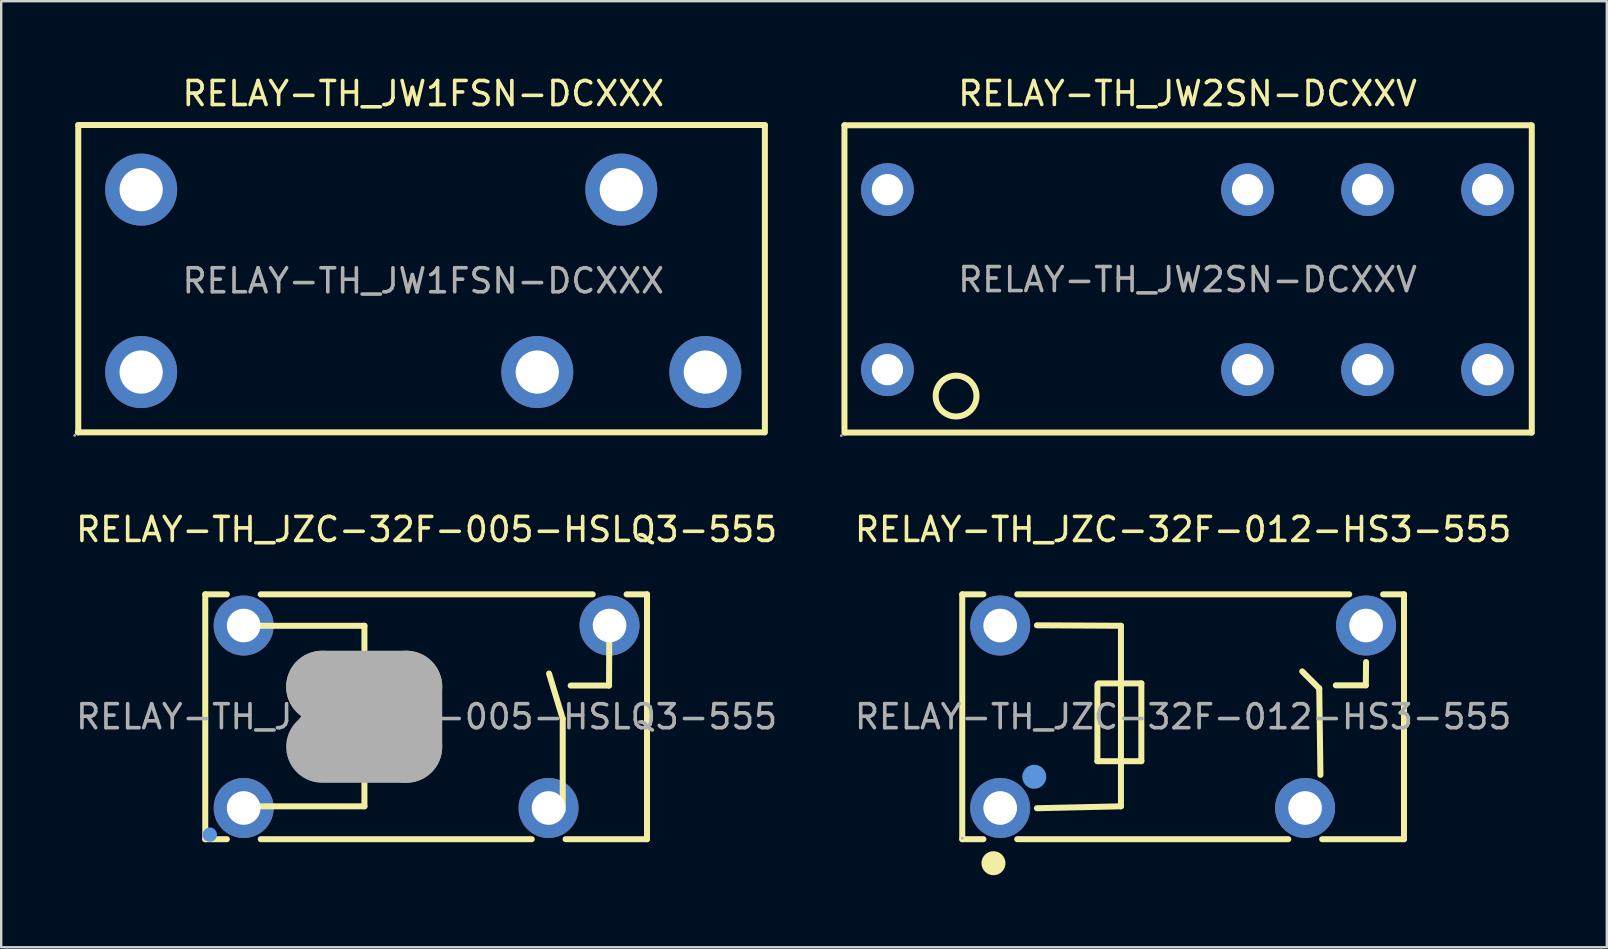
<source format=kicad_pcb>
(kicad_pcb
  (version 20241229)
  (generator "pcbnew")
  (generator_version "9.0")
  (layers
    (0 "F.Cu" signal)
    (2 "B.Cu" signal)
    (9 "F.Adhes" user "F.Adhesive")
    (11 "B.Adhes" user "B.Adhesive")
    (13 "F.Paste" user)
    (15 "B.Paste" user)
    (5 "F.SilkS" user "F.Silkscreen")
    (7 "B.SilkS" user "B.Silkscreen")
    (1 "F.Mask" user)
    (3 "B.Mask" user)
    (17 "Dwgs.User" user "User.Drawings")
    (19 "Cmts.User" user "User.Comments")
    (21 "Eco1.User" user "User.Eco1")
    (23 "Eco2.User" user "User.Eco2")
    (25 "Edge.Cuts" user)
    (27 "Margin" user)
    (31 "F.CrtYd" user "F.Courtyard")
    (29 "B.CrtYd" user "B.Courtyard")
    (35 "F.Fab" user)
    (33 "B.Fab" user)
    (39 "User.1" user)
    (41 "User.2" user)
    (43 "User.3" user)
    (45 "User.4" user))
  (footprint "RELAY-TH_JZC-32F-012-HS3-555"
    (layer "F.Cu")
    (at 46.232 26.806)
    (property "Reference" "RELAY-TH_JZC-32F-012-HS3-555" (at 0 -7.8 0) (layer "F.SilkS") (effects (font (size 1 1) (thickness 0.15))))
    (attr through_hole)
    (fp_line (start -9.2 -5.1) (end -9.2 5.1) (stroke (width 0.25) (type solid)) (layer "F.SilkS"))
    (fp_line (start -9.2 5.1) (end -8.32 5.1) (stroke (width 0.25) (type solid)) (layer "F.SilkS"))
    (fp_line (start -8.32 -5.1) (end -9.2 -5.1) (stroke (width 0.25) (type solid)) (layer "F.SilkS"))
    (fp_line (start -6.91 5.1) (end 4.38 5.1) (stroke (width 0.25) (type solid)) (layer "F.SilkS"))
    (fp_line (start -6.09 -3.81) (end -2.59 -3.79) (stroke (width 0.25) (type solid)) (layer "F.SilkS"))
    (fp_line (start -3.57 1.85) (end -3.57 -1.35) (stroke (width 0.25) (type solid)) (layer "F.SilkS"))
    (fp_line (start -3.53 -1.39) (end -1.74 -1.39) (stroke (width 0.25) (type solid)) (layer "F.SilkS"))
    (fp_line (start -2.59 -3.79) (end -2.59 3.73) (stroke (width 0.25) (type solid)) (layer "F.SilkS"))
    (fp_line (start -2.59 3.73) (end -6.09 3.81) (stroke (width 0.25) (type solid)) (layer "F.SilkS"))
    (fp_line (start -1.74 -1.39) (end -1.74 1.85) (stroke (width 0.25) (type solid)) (layer "F.SilkS"))
    (fp_line (start -1.74 1.85) (end -3.57 1.85) (stroke (width 0.25) (type solid)) (layer "F.SilkS"))
    (fp_line (start 5.67 -1.18) (end 4.96 -1.89) (stroke (width 0.25) (type solid)) (layer "F.SilkS"))
    (fp_line (start 5.72 2.42) (end 5.67 -1.18) (stroke (width 0.25) (type solid)) (layer "F.SilkS"))
    (fp_line (start 5.79 5.1) (end 9.2 5.1) (stroke (width 0.25) (type solid)) (layer "F.SilkS"))
    (fp_line (start 6.92 -5.1) (end -6.91 -5.1) (stroke (width 0.25) (type solid)) (layer "F.SilkS"))
    (fp_line (start 7.61 -1.31) (end 6.36 -1.31) (stroke (width 0.25) (type solid)) (layer "F.SilkS"))
    (fp_line (start 7.62 -2.28) (end 7.61 -1.31) (stroke (width 0.25) (type solid)) (layer "F.SilkS"))
    (fp_line (start 9.2 -5.1) (end 8.33 -5.1) (stroke (width 0.25) (type solid)) (layer "F.SilkS"))
    (fp_line (start 9.2 5.1) (end 9.2 -5.1) (stroke (width 0.25) (type solid)) (layer "F.SilkS"))
    (fp_circle (center -7.9 6.1) (end -7.65 6.1) (stroke (width 0.5) (type solid)) (fill no) (layer "F.SilkS"))
    (fp_circle (center -6.2 2.5) (end -5.95 2.5) (stroke (width 0.5) (type solid)) (fill no) (layer "Cmts.User"))
    (fp_circle (center -9.2 5.06) (end -9.17 5.06) (stroke (width 0.06) (type solid)) (fill no) (layer "F.Fab"))
    (fp_text user "${REFERENCE}" (at 0 0 0) (layer "F.Fab") (effects (font (size 1 1) (thickness 0.15))))
    (pad "1" thru_hole circle (at -7.62 3.8) (size 2.5 2.5) (drill 1.4) (layers "*.Cu" "*.Paste" "*.Mask"))
    (pad "2" thru_hole circle (at -7.62 -3.8) (size 2.5 2.5) (drill 1.4) (layers "*.Cu" "*.Paste" "*.Mask"))
    (pad "3" thru_hole circle (at 7.62 -3.8) (size 2.5 2.5) (drill 1.4) (layers "*.Cu" "*.Paste" "*.Mask"))
    (pad "4" thru_hole circle (at 5.08 3.8) (size 2.5 2.5) (drill 1.4) (layers "*.Cu" "*.Paste" "*.Mask")))
  (footprint "RELAY-TH_JW1FSN-DCXXX"
    (layer "F.Cu")
    (at 14.58 8.648)
    (property "Reference" "RELAY-TH_JW1FSN-DCXXX" (at 0 -7.8 0) (layer "F.SilkS") (effects (font (size 1 1) (thickness 0.15))))
    (attr through_hole)
    (fp_line (start -14.37 -6.49) (end -14.37 6.31) (stroke (width 0.25) (type solid)) (layer "F.SilkS"))
    (fp_line (start -14.37 -6.49) (end 14.23 -6.49) (stroke (width 0.25) (type solid)) (layer "F.SilkS"))
    (fp_line (start 14.21 6.31) (end -14.39 6.31) (stroke (width 0.25) (type solid)) (layer "F.SilkS"))
    (fp_line (start 14.23 6.31) (end 14.23 -6.48) (stroke (width 0.25) (type solid)) (layer "F.SilkS"))
    (fp_circle (center -14.52 6.44) (end -14.49 6.44) (stroke (width 0.06) (type solid)) (fill no) (layer "F.Fab"))
    (fp_circle (center -11.75 -3.8) (end -11.35 -3.8) (stroke (width 0.8) (type solid)) (fill no) (layer "F.Fab"))
    (fp_circle (center -11.75 3.8) (end -11.35 3.8) (stroke (width 0.8) (type solid)) (fill no) (layer "F.Fab"))
    (fp_circle (center 4.75 3.8) (end 5.15 3.8) (stroke (width 0.8) (type solid)) (fill no) (layer "F.Fab"))
    (fp_circle (center 8.25 -3.8) (end 8.65 -3.8) (stroke (width 0.8) (type solid)) (fill no) (layer "F.Fab"))
    (fp_circle (center 11.75 3.8) (end 12.15 3.8) (stroke (width 0.8) (type solid)) (fill no) (layer "F.Fab"))
    (fp_text user "${REFERENCE}" (at 0 0 0) (layer "F.Fab") (effects (font (size 1 1) (thickness 0.15))))
    (pad "1" thru_hole circle (at -11.75 3.8) (size 3 3) (drill 1.8) (layers "*.Cu" "*.Paste" "*.Mask"))
    (pad "2" thru_hole circle (at 4.75 3.8) (size 3 3) (drill 1.8) (layers "*.Cu" "*.Paste" "*.Mask"))
    (pad "4" thru_hole circle (at 11.75 3.8) (size 3 3) (drill 1.8) (layers "*.Cu" "*.Paste" "*.Mask"))
    (pad "6" thru_hole circle (at 8.25 -3.8) (size 3 3) (drill 1.8) (layers "*.Cu" "*.Paste" "*.Mask"))
    (pad "8" thru_hole circle (at -11.75 -3.8) (size 3 3) (drill 1.8) (layers "*.Cu" "*.Paste" "*.Mask")))
  (footprint "RELAY-TH_JW2SN-DCXXV"
    (layer "F.Cu")
    (at 46.415 8.598)
    (property "Reference" "RELAY-TH_JW2SN-DCXXV" (at 0 -7.75 0) (layer "F.SilkS") (effects (font (size 1 1) (thickness 0.15))))
    (attr through_hole)
    (fp_line (start -14.29 6.37) (end -14.29 -6.43) (stroke (width 0.25) (type solid)) (layer "F.SilkS"))
    (fp_line (start -14.27 6.37) (end 14.33 6.37) (stroke (width 0.25) (type solid)) (layer "F.SilkS"))
    (fp_line (start 14.31 -6.43) (end -14.29 -6.43) (stroke (width 0.25) (type solid)) (layer "F.SilkS"))
    (fp_line (start 14.34 -6.43) (end 14.34 6.37) (stroke (width 0.25) (type solid)) (layer "F.SilkS"))
    (fp_circle (center -9.64 4.85) (end -8.79 4.85) (stroke (width 0.25) (type solid)) (fill no) (layer "F.SilkS"))
    (fp_circle (center -14.42 6.5) (end -14.39 6.5) (stroke (width 0.06) (type solid)) (fill no) (layer "F.Fab"))
    (fp_circle (center -12.5 -3.75) (end -12.22 -3.75) (stroke (width 0.55) (type solid)) (fill no) (layer "F.Fab"))
    (fp_circle (center -12.5 3.75) (end -12.22 3.75) (stroke (width 0.55) (type solid)) (fill no) (layer "F.Fab"))
    (fp_circle (center 2.5 -3.75) (end 2.78 -3.75) (stroke (width 0.55) (type solid)) (fill no) (layer "F.Fab"))
    (fp_circle (center 2.5 3.75) (end 2.78 3.75) (stroke (width 0.55) (type solid)) (fill no) (layer "F.Fab"))
    (fp_circle (center 7.5 -3.75) (end 7.78 -3.75) (stroke (width 0.55) (type solid)) (fill no) (layer "F.Fab"))
    (fp_circle (center 7.5 3.75) (end 7.78 3.75) (stroke (width 0.55) (type solid)) (fill no) (layer "F.Fab"))
    (fp_circle (center 12.5 -3.75) (end 12.78 -3.75) (stroke (width 0.55) (type solid)) (fill no) (layer "F.Fab"))
    (fp_circle (center 12.5 3.75) (end 12.78 3.75) (stroke (width 0.55) (type solid)) (fill no) (layer "F.Fab"))
    (fp_text user "${REFERENCE}" (at 0 0 0) (layer "F.Fab") (effects (font (size 1 1) (thickness 0.15))))
    (pad "1" thru_hole circle (at -12.5 3.75) (size 2.2 2.2) (drill 1.3) (layers "*.Cu" "*.Paste" "*.Mask"))
    (pad "2" thru_hole circle (at 2.5 3.75) (size 2.2 2.2) (drill 1.3) (layers "*.Cu" "*.Paste" "*.Mask"))
    (pad "3" thru_hole circle (at 7.5 3.75) (size 2.2 2.2) (drill 1.3) (layers "*.Cu" "*.Paste" "*.Mask"))
    (pad "4" thru_hole circle (at 12.5 3.75) (size 2.2 2.2) (drill 1.3) (layers "*.Cu" "*.Paste" "*.Mask"))
    (pad "5" thru_hole circle (at 12.5 -3.75) (size 2.2 2.2) (drill 1.3) (layers "*.Cu" "*.Paste" "*.Mask"))
    (pad "6" thru_hole circle (at 7.5 -3.75) (size 2.2 2.2) (drill 1.3) (layers "*.Cu" "*.Paste" "*.Mask"))
    (pad "7" thru_hole circle (at 2.5 -3.75) (size 2.2 2.2) (drill 1.3) (layers "*.Cu" "*.Paste" "*.Mask"))
    (pad "8" thru_hole circle (at -12.5 -3.75) (size 2.2 2.2) (drill 1.3) (layers "*.Cu" "*.Paste" "*.Mask")))
  (footprint "RELAY-TH_JZC-32F-005-HSLQ3-555"
    (layer "F.Cu")
    (at 14.72 26.806)
    (property "Reference" "RELAY-TH_JZC-32F-005-HSLQ3-555" (at 0 -7.8 0) (layer "F.SilkS") (effects (font (size 1 1) (thickness 0.15))))
    (attr through_hole)
    (fp_line (start -9.22 -5.1) (end -8.32 -5.1) (stroke (width 0.25) (type solid)) (layer "F.SilkS"))
    (fp_line (start -9.22 5.1) (end -9.22 -5.1) (stroke (width 0.25) (type solid)) (layer "F.SilkS"))
    (fp_line (start -8.32 5.1) (end -9.22 5.1) (stroke (width 0.25) (type solid)) (layer "F.SilkS"))
    (fp_line (start -7.85 3.73) (end -7.85 3.83) (stroke (width 0.25) (type solid)) (layer "F.SilkS"))
    (fp_line (start -7.71 -3.79) (end -2.59 -3.79) (stroke (width 0.25) (type solid)) (layer "F.SilkS"))
    (fp_line (start -6.91 -5.1) (end 6.92 -5.1) (stroke (width 0.25) (type solid)) (layer "F.SilkS"))
    (fp_line (start -2.59 -3.79) (end -2.59 3.73) (stroke (width 0.25) (type solid)) (layer "F.SilkS"))
    (fp_line (start -2.59 3.73) (end -7.85 3.73) (stroke (width 0.25) (type solid)) (layer "F.SilkS"))
    (fp_line (start 4.38 5.1) (end -6.91 5.1) (stroke (width 0.25) (type solid)) (layer "F.SilkS"))
    (fp_line (start 5.67 0.08) (end 5.1 -1.8) (stroke (width 0.25) (type solid)) (layer "F.SilkS"))
    (fp_line (start 5.67 3.9) (end 5.67 0.08) (stroke (width 0.25) (type solid)) (layer "F.SilkS"))
    (fp_line (start 7.6 -1.3) (end 6 -1.3) (stroke (width 0.25) (type solid)) (layer "F.SilkS"))
    (fp_line (start 7.61 -3.82) (end 7.6 -1.3) (stroke (width 0.25) (type solid)) (layer "F.SilkS"))
    (fp_line (start 8.33 -5.1) (end 9.18 -5.1) (stroke (width 0.25) (type solid)) (layer "F.SilkS"))
    (fp_line (start 9.18 -5.1) (end 9.18 5.1) (stroke (width 0.25) (type solid)) (layer "F.SilkS"))
    (fp_line (start 9.18 5.1) (end 5.79 5.1) (stroke (width 0.25) (type solid)) (layer "F.SilkS"))
    (fp_circle (center -9.03 4.91) (end -8.88 4.91) (stroke (width 0.3) (type solid)) (fill no) (layer "Cmts.User"))
    (fp_line (start -4.35 -1.25) (end -4.35 -1.25) (stroke (width 3) (type solid)) (layer "F.Fab"))
    (fp_line (start -4.35 -1.25) (end -0.85 -1.25) (stroke (width 3) (type solid)) (layer "F.Fab"))
    (fp_line (start -0.85 -1.25) (end -0.85 1.25) (stroke (width 3) (type solid)) (layer "F.Fab"))
    (fp_line (start -0.85 1.25) (end -4.35 1.25) (stroke (width 3) (type solid)) (layer "F.Fab"))
    (fp_circle (center -9.22 5.1) (end -9.19 5.1) (stroke (width 0.06) (type solid)) (fill no) (layer "F.Fab"))
    (fp_text user "${REFERENCE}" (at 0 0 0) (layer "F.Fab") (effects (font (size 1 1) (thickness 0.15))))
    (pad "1" thru_hole circle (at -7.62 3.8) (size 2.5 2.5) (drill 1.4) (layers "*.Cu" "*.Paste" "*.Mask"))
    (pad "2" thru_hole circle (at -7.62 -3.8) (size 2.5 2.5) (drill 1.4) (layers "*.Cu" "*.Paste" "*.Mask"))
    (pad "3" thru_hole circle (at 7.62 -3.8) (size 2.5 2.5) (drill 1.4) (layers "*.Cu" "*.Paste" "*.Mask"))
    (pad "4" thru_hole circle (at 5.08 3.8) (size 2.5 2.5) (drill 1.4) (layers "*.Cu" "*.Paste" "*.Mask")))
  (gr_rect
    (start -3 -3)
    (end 63.88 36.407)
    (stroke (width 0.1) (type default))
    (fill no)
    (layer "Edge.Cuts")))
</source>
